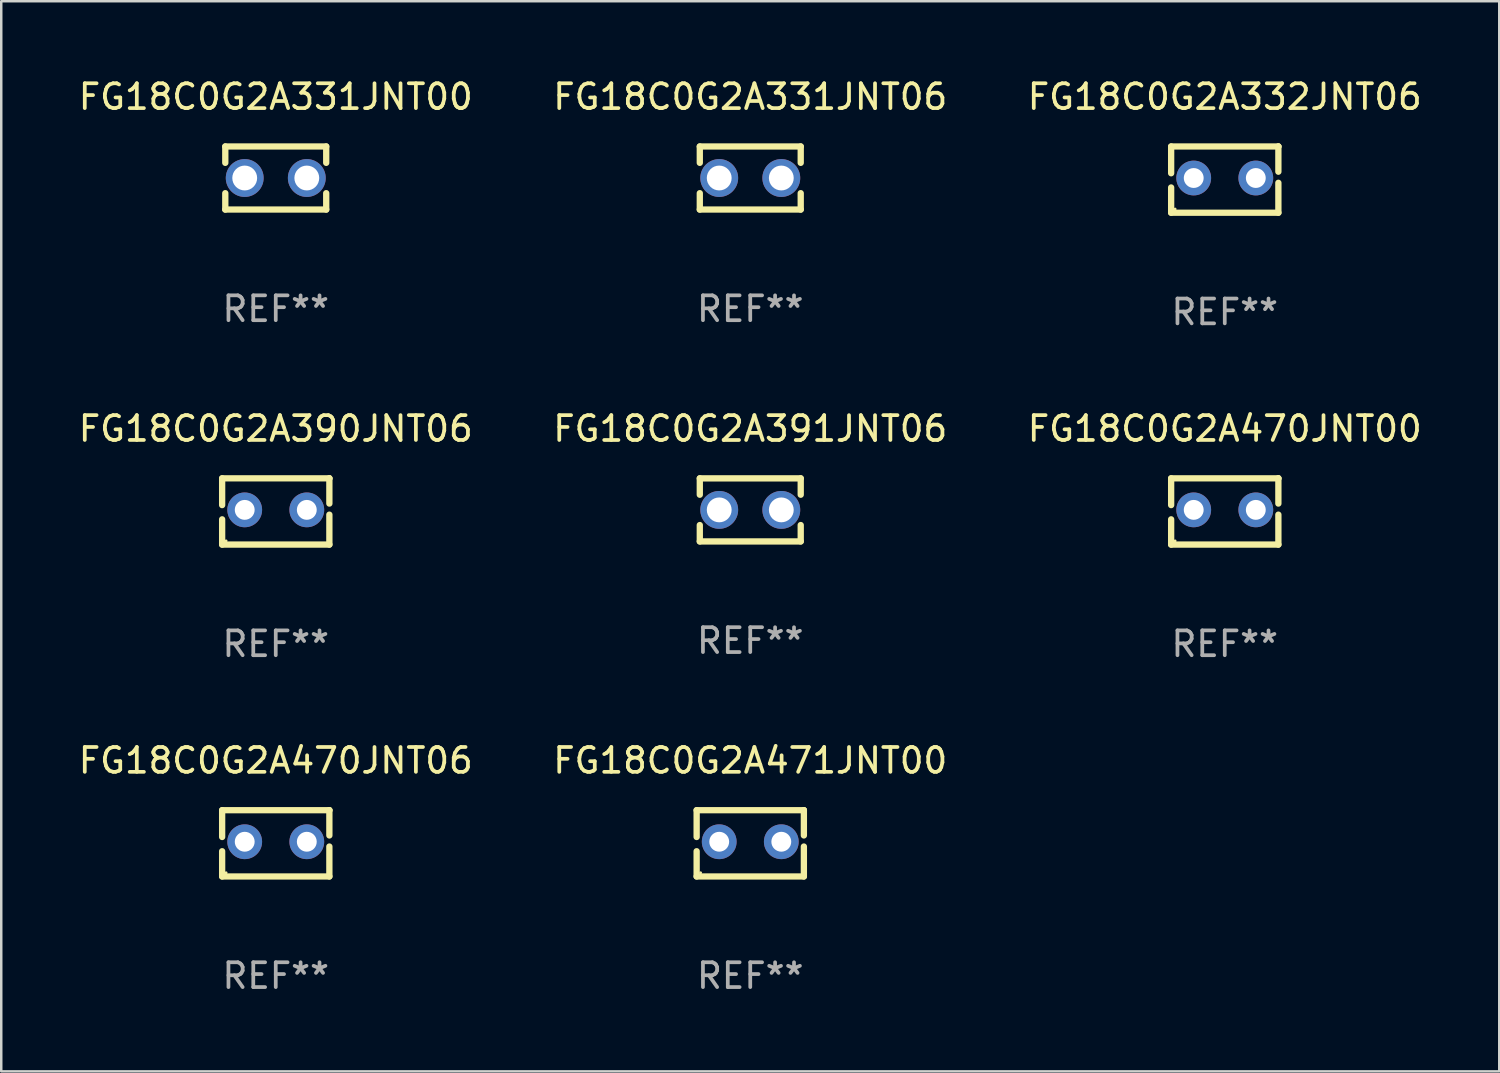
<source format=kicad_pcb>
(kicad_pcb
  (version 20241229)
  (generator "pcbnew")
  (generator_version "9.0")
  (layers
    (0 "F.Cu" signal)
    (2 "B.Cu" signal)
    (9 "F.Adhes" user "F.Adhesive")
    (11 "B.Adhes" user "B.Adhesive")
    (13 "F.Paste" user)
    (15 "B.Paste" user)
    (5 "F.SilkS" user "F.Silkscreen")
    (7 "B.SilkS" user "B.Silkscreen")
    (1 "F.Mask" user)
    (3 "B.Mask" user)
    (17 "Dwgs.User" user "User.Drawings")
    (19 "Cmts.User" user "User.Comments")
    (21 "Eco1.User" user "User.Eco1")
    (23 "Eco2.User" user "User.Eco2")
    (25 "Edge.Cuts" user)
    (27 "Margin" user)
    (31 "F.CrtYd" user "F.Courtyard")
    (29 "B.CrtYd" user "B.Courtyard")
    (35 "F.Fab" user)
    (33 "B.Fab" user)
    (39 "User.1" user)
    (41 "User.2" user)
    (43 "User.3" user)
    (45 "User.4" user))
  (footprint "FG18C0G2A471JNT00"
    (layer "F.Cu")
    (at 27.161 30.909)
    (property "Reference" "FG18C0G2A471JNT00" (at 0 -3.334 0) (layer "F.SilkS") (effects (font (size 1 1) (thickness 0.15))))
    (attr through_hole)
    (fp_line (start -2.159 -1.334) (end 2.159 -1.334) (stroke (width 0.254) (type solid)) (layer "F.SilkS"))
    (fp_line (start -2.159 -0.256) (end -2.159 -1.334) (stroke (width 0.254) (type solid)) (layer "F.SilkS"))
    (fp_line (start -2.159 1.334) (end -2.159 0.318) (stroke (width 0.254) (type solid)) (layer "F.SilkS"))
    (fp_line (start 2.159 -1.334) (end 2.159 -1.334) (stroke (width 0.254) (type solid)) (layer "F.SilkS"))
    (fp_line (start 2.159 -1.334) (end 2.159 -0.318) (stroke (width 0.254) (type solid)) (layer "F.SilkS"))
    (fp_line (start 2.159 0.129) (end 2.159 1.334) (stroke (width 0.254) (type solid)) (layer "F.SilkS"))
    (fp_line (start 2.159 1.334) (end -2.159 1.334) (stroke (width 0.254) (type solid)) (layer "F.SilkS"))
    (fp_circle (center -2 1.186) (end -1.97 1.186) (stroke (width 0.06) (type solid)) (fill no) (layer "F.SilkS"))
    (fp_text user "REF**" (at 0 5.334 0) (layer "F.Fab") (effects (font (size 1 1) (thickness 0.15))))
    (pad "1" thru_hole circle (at -1.25 -0.064) (size 1.4 1.4) (drill 0.8) (layers "*.Cu" "*.Mask"))
    (pad "2" thru_hole circle (at 1.25 -0.064) (size 1.4 1.4) (drill 0.8) (layers "*.Cu" "*.Mask")))
  (footprint "FG18C0G2A331JNT06"
    (layer "F.Cu")
    (at 27.161 4.118)
    (property "Reference" "FG18C0G2A331JNT06" (at 0 -3.27 0) (layer "F.SilkS") (effects (font (size 1 1) (thickness 0.15))))
    (attr through_hole)
    (fp_line (start -2.032 -1.27) (end -2.032 -0.611) (stroke (width 0.254) (type solid)) (layer "F.SilkS"))
    (fp_line (start -2.032 0.611) (end -2.032 1.27) (stroke (width 0.254) (type solid)) (layer "F.SilkS"))
    (fp_line (start -2.032 1.27) (end 2.032 1.27) (stroke (width 0.254) (type solid)) (layer "F.SilkS"))
    (fp_line (start 2.032 -1.27) (end -2.032 -1.27) (stroke (width 0.254) (type solid)) (layer "F.SilkS"))
    (fp_line (start 2.032 -0.611) (end 2.032 -1.27) (stroke (width 0.254) (type solid)) (layer "F.SilkS"))
    (fp_line (start 2.032 1.27) (end 2.032 0.611) (stroke (width 0.254) (type solid)) (layer "F.SilkS"))
    (fp_circle (center -2 1.25) (end -1.97 1.25) (stroke (width 0.06) (type solid)) (fill no) (layer "F.SilkS"))
    (fp_text user "REF**" (at 0 5.27 0) (layer "F.Fab") (effects (font (size 1 1) (thickness 0.15))))
    (pad "1" thru_hole circle (at -1.25 0) (size 1.524 1.524) (drill 1) (layers "*.Cu" "*.Mask"))
    (pad "2" thru_hole circle (at 1.25 0) (size 1.524 1.524) (drill 1) (layers "*.Cu" "*.Mask")))
  (footprint "FG18C0G2A390JNT06"
    (layer "F.Cu")
    (at 8.054 17.545)
    (property "Reference" "FG18C0G2A390JNT06" (at 0 -3.334 0) (layer "F.SilkS") (effects (font (size 1 1) (thickness 0.15))))
    (attr through_hole)
    (fp_line (start -2.159 -1.334) (end 2.159 -1.334) (stroke (width 0.254) (type solid)) (layer "F.SilkS"))
    (fp_line (start -2.159 -0.256) (end -2.159 -1.334) (stroke (width 0.254) (type solid)) (layer "F.SilkS"))
    (fp_line (start -2.159 1.334) (end -2.159 0.318) (stroke (width 0.254) (type solid)) (layer "F.SilkS"))
    (fp_line (start 2.159 -1.334) (end 2.159 -1.334) (stroke (width 0.254) (type solid)) (layer "F.SilkS"))
    (fp_line (start 2.159 -1.334) (end 2.159 -0.318) (stroke (width 0.254) (type solid)) (layer "F.SilkS"))
    (fp_line (start 2.159 0.129) (end 2.159 1.334) (stroke (width 0.254) (type solid)) (layer "F.SilkS"))
    (fp_line (start 2.159 1.334) (end -2.159 1.334) (stroke (width 0.254) (type solid)) (layer "F.SilkS"))
    (fp_circle (center -2 1.186) (end -1.97 1.186) (stroke (width 0.06) (type solid)) (fill no) (layer "F.SilkS"))
    (fp_text user "REF**" (at 0 5.334 0) (layer "F.Fab") (effects (font (size 1 1) (thickness 0.15))))
    (pad "1" thru_hole circle (at -1.25 -0.064) (size 1.4 1.4) (drill 0.8) (layers "*.Cu" "*.Mask"))
    (pad "2" thru_hole circle (at 1.25 -0.064) (size 1.4 1.4) (drill 0.8) (layers "*.Cu" "*.Mask")))
  (footprint "FG18C0G2A391JNT06"
    (layer "F.Cu")
    (at 27.161 17.482)
    (property "Reference" "FG18C0G2A391JNT06" (at 0 -3.27 0) (layer "F.SilkS") (effects (font (size 1 1) (thickness 0.15))))
    (attr through_hole)
    (fp_line (start -2.032 -1.27) (end -2.032 -0.611) (stroke (width 0.254) (type solid)) (layer "F.SilkS"))
    (fp_line (start -2.032 0.611) (end -2.032 1.27) (stroke (width 0.254) (type solid)) (layer "F.SilkS"))
    (fp_line (start -2.032 1.27) (end 2.032 1.27) (stroke (width 0.254) (type solid)) (layer "F.SilkS"))
    (fp_line (start 2.032 -1.27) (end -2.032 -1.27) (stroke (width 0.254) (type solid)) (layer "F.SilkS"))
    (fp_line (start 2.032 -0.611) (end 2.032 -1.27) (stroke (width 0.254) (type solid)) (layer "F.SilkS"))
    (fp_line (start 2.032 1.27) (end 2.032 0.611) (stroke (width 0.254) (type solid)) (layer "F.SilkS"))
    (fp_circle (center -2 1.25) (end -1.97 1.25) (stroke (width 0.06) (type solid)) (fill no) (layer "F.SilkS"))
    (fp_text user "REF**" (at 0 5.27 0) (layer "F.Fab") (effects (font (size 1 1) (thickness 0.15))))
    (pad "1" thru_hole circle (at -1.25 0) (size 1.524 1.524) (drill 1) (layers "*.Cu" "*.Mask"))
    (pad "2" thru_hole circle (at 1.25 0) (size 1.524 1.524) (drill 1) (layers "*.Cu" "*.Mask")))
  (footprint "FG18C0G2A470JNT06"
    (layer "F.Cu")
    (at 8.054 30.909)
    (property "Reference" "FG18C0G2A470JNT06" (at 0 -3.334 0) (layer "F.SilkS") (effects (font (size 1 1) (thickness 0.15))))
    (attr through_hole)
    (fp_line (start -2.159 -1.334) (end 2.159 -1.334) (stroke (width 0.254) (type solid)) (layer "F.SilkS"))
    (fp_line (start -2.159 -0.256) (end -2.159 -1.334) (stroke (width 0.254) (type solid)) (layer "F.SilkS"))
    (fp_line (start -2.159 1.334) (end -2.159 0.318) (stroke (width 0.254) (type solid)) (layer "F.SilkS"))
    (fp_line (start 2.159 -1.334) (end 2.159 -1.334) (stroke (width 0.254) (type solid)) (layer "F.SilkS"))
    (fp_line (start 2.159 -1.334) (end 2.159 -0.318) (stroke (width 0.254) (type solid)) (layer "F.SilkS"))
    (fp_line (start 2.159 0.129) (end 2.159 1.334) (stroke (width 0.254) (type solid)) (layer "F.SilkS"))
    (fp_line (start 2.159 1.334) (end -2.159 1.334) (stroke (width 0.254) (type solid)) (layer "F.SilkS"))
    (fp_circle (center -2 1.186) (end -1.97 1.186) (stroke (width 0.06) (type solid)) (fill no) (layer "F.SilkS"))
    (fp_text user "REF**" (at 0 5.334 0) (layer "F.Fab") (effects (font (size 1 1) (thickness 0.15))))
    (pad "1" thru_hole circle (at -1.25 -0.064) (size 1.4 1.4) (drill 0.8) (layers "*.Cu" "*.Mask"))
    (pad "2" thru_hole circle (at 1.25 -0.064) (size 1.4 1.4) (drill 0.8) (layers "*.Cu" "*.Mask")))
  (footprint "FG18C0G2A331JNT00"
    (layer "F.Cu")
    (at 8.054 4.118)
    (property "Reference" "FG18C0G2A331JNT00" (at 0 -3.27 0) (layer "F.SilkS") (effects (font (size 1 1) (thickness 0.15))))
    (attr through_hole)
    (fp_line (start -2.032 -1.27) (end -2.032 -0.611) (stroke (width 0.254) (type solid)) (layer "F.SilkS"))
    (fp_line (start -2.032 0.611) (end -2.032 1.27) (stroke (width 0.254) (type solid)) (layer "F.SilkS"))
    (fp_line (start -2.032 1.27) (end 2.032 1.27) (stroke (width 0.254) (type solid)) (layer "F.SilkS"))
    (fp_line (start 2.032 -1.27) (end -2.032 -1.27) (stroke (width 0.254) (type solid)) (layer "F.SilkS"))
    (fp_line (start 2.032 -0.611) (end 2.032 -1.27) (stroke (width 0.254) (type solid)) (layer "F.SilkS"))
    (fp_line (start 2.032 1.27) (end 2.032 0.611) (stroke (width 0.254) (type solid)) (layer "F.SilkS"))
    (fp_circle (center -2 1.25) (end -1.97 1.25) (stroke (width 0.06) (type solid)) (fill no) (layer "F.SilkS"))
    (fp_text user "REF**" (at 0 5.27 0) (layer "F.Fab") (effects (font (size 1 1) (thickness 0.15))))
    (pad "1" thru_hole circle (at -1.25 0) (size 1.524 1.524) (drill 1) (layers "*.Cu" "*.Mask"))
    (pad "2" thru_hole circle (at 1.25 0) (size 1.524 1.524) (drill 1) (layers "*.Cu" "*.Mask")))
  (footprint "FG18C0G2A470JNT00"
    (layer "F.Cu")
    (at 46.268 17.545)
    (property "Reference" "FG18C0G2A470JNT00" (at 0 -3.334 0) (layer "F.SilkS") (effects (font (size 1 1) (thickness 0.15))))
    (attr through_hole)
    (fp_line (start -2.159 -1.334) (end 2.159 -1.334) (stroke (width 0.254) (type solid)) (layer "F.SilkS"))
    (fp_line (start -2.159 -0.256) (end -2.159 -1.334) (stroke (width 0.254) (type solid)) (layer "F.SilkS"))
    (fp_line (start -2.159 1.334) (end -2.159 0.318) (stroke (width 0.254) (type solid)) (layer "F.SilkS"))
    (fp_line (start 2.159 -1.334) (end 2.159 -1.334) (stroke (width 0.254) (type solid)) (layer "F.SilkS"))
    (fp_line (start 2.159 -1.334) (end 2.159 -0.318) (stroke (width 0.254) (type solid)) (layer "F.SilkS"))
    (fp_line (start 2.159 0.129) (end 2.159 1.334) (stroke (width 0.254) (type solid)) (layer "F.SilkS"))
    (fp_line (start 2.159 1.334) (end -2.159 1.334) (stroke (width 0.254) (type solid)) (layer "F.SilkS"))
    (fp_circle (center -2 1.186) (end -1.97 1.186) (stroke (width 0.06) (type solid)) (fill no) (layer "F.SilkS"))
    (fp_text user "REF**" (at 0 5.334 0) (layer "F.Fab") (effects (font (size 1 1) (thickness 0.15))))
    (pad "1" thru_hole circle (at -1.25 -0.064) (size 1.4 1.4) (drill 0.8) (layers "*.Cu" "*.Mask"))
    (pad "2" thru_hole circle (at 1.25 -0.064) (size 1.4 1.4) (drill 0.8) (layers "*.Cu" "*.Mask")))
  (footprint "FG18C0G2A332JNT06"
    (layer "F.Cu")
    (at 46.268 4.182)
    (property "Reference" "FG18C0G2A332JNT06" (at 0 -3.334 0) (layer "F.SilkS") (effects (font (size 1 1) (thickness 0.15))))
    (attr through_hole)
    (fp_line (start -2.159 -1.334) (end 2.159 -1.334) (stroke (width 0.254) (type solid)) (layer "F.SilkS"))
    (fp_line (start -2.159 -0.256) (end -2.159 -1.334) (stroke (width 0.254) (type solid)) (layer "F.SilkS"))
    (fp_line (start -2.159 1.334) (end -2.159 0.318) (stroke (width 0.254) (type solid)) (layer "F.SilkS"))
    (fp_line (start 2.159 -1.334) (end 2.159 -1.334) (stroke (width 0.254) (type solid)) (layer "F.SilkS"))
    (fp_line (start 2.159 -1.334) (end 2.159 -0.318) (stroke (width 0.254) (type solid)) (layer "F.SilkS"))
    (fp_line (start 2.159 0.129) (end 2.159 1.334) (stroke (width 0.254) (type solid)) (layer "F.SilkS"))
    (fp_line (start 2.159 1.334) (end -2.159 1.334) (stroke (width 0.254) (type solid)) (layer "F.SilkS"))
    (fp_circle (center -2 1.186) (end -1.97 1.186) (stroke (width 0.06) (type solid)) (fill no) (layer "F.SilkS"))
    (fp_text user "REF**" (at 0 5.334 0) (layer "F.Fab") (effects (font (size 1 1) (thickness 0.15))))
    (pad "1" thru_hole circle (at -1.25 -0.064) (size 1.4 1.4) (drill 0.8) (layers "*.Cu" "*.Mask"))
    (pad "2" thru_hole circle (at 1.25 -0.064) (size 1.4 1.4) (drill 0.8) (layers "*.Cu" "*.Mask")))
  (gr_rect
    (start -3 -3)
    (end 57.321 40.091)
    (stroke (width 0.1) (type default))
    (fill no)
    (layer "Edge.Cuts")))
</source>
